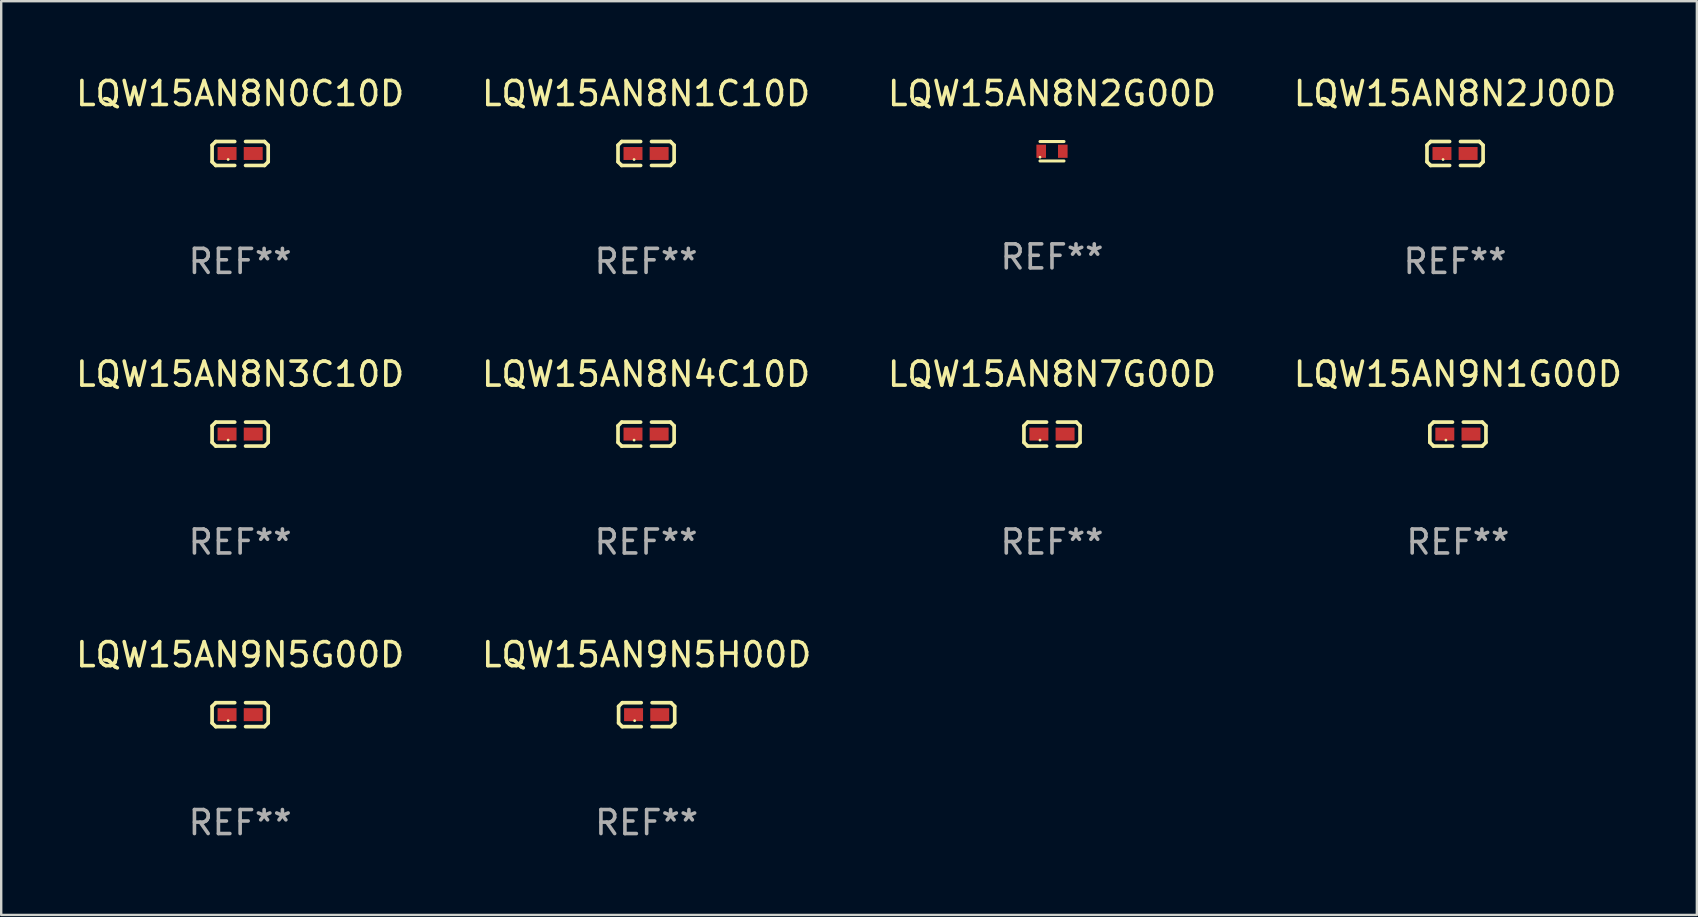
<source format=kicad_pcb>
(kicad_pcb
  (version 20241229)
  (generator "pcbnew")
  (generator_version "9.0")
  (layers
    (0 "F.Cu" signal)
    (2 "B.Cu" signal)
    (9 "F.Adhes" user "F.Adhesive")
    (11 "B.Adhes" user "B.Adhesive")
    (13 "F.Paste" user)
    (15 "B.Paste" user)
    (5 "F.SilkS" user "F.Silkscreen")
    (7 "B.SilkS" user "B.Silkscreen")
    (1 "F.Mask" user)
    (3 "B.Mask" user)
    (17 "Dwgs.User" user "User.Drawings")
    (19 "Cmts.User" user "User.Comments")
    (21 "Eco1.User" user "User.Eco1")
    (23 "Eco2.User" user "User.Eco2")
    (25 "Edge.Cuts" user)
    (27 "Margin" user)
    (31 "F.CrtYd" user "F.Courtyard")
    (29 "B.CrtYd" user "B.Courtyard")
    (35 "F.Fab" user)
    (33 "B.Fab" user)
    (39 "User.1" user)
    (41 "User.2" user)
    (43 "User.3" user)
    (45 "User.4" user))
  (footprint "LQW15AN9N1G00D"
    (layer "F.Cu")
    (at 57.708 15.041)
    (property "Reference" "LQW15AN9N1G00D" (at 0 -2.499 0) (layer "F.SilkS") (effects (font (size 1 1) (thickness 0.15))))
    (attr through_hole)
    (fp_line (start -1.169 -0.346) (end -1.016 -0.499) (stroke (width 0.152) (type solid)) (layer "F.SilkS"))
    (fp_line (start -1.169 0.346) (end -1.169 -0.346) (stroke (width 0.152) (type solid)) (layer "F.SilkS"))
    (fp_line (start -1.016 -0.499) (end -0.226 -0.499) (stroke (width 0.152) (type solid)) (layer "F.SilkS"))
    (fp_line (start -1.016 0.499) (end -1.169 0.346) (stroke (width 0.152) (type solid)) (layer "F.SilkS"))
    (fp_line (start -0.226 0.499) (end -1.016 0.499) (stroke (width 0.152) (type solid)) (layer "F.SilkS"))
    (fp_line (start 0.226 0.499) (end 1.016 0.499) (stroke (width 0.152) (type solid)) (layer "F.SilkS"))
    (fp_line (start 1.016 -0.499) (end 0.226 -0.499) (stroke (width 0.152) (type solid)) (layer "F.SilkS"))
    (fp_line (start 1.016 0.499) (end 1.169 0.346) (stroke (width 0.152) (type solid)) (layer "F.SilkS"))
    (fp_line (start 1.169 -0.346) (end 1.016 -0.499) (stroke (width 0.152) (type solid)) (layer "F.SilkS"))
    (fp_line (start 1.169 0.346) (end 1.169 -0.346) (stroke (width 0.152) (type solid)) (layer "F.SilkS"))
    (fp_circle (center -0.5 0.25) (end -0.47 0.25) (stroke (width 0.06) (type solid)) (fill no) (layer "F.SilkS"))
    (fp_text user "REF**" (at 0 4.499 0) (layer "F.Fab") (effects (font (size 1 1) (thickness 0.15))))
    (pad "1" smd rect (at -0.545 0) (size 0.79 0.54) (layers "F.Cu" "F.Mask" "F.Paste"))
    (pad "2" smd rect (at 0.545 0) (size 0.79 0.54) (layers "F.Cu" "F.Mask" "F.Paste")))
  (footprint "LQW15AN8N3C10D"
    (layer "F.Cu")
    (at 6.958 15.041)
    (property "Reference" "LQW15AN8N3C10D" (at 0 -2.499 0) (layer "F.SilkS") (effects (font (size 1 1) (thickness 0.15))))
    (attr through_hole)
    (fp_line (start -1.169 -0.346) (end -1.016 -0.499) (stroke (width 0.152) (type solid)) (layer "F.SilkS"))
    (fp_line (start -1.169 0.346) (end -1.169 -0.346) (stroke (width 0.152) (type solid)) (layer "F.SilkS"))
    (fp_line (start -1.016 -0.499) (end -0.226 -0.499) (stroke (width 0.152) (type solid)) (layer "F.SilkS"))
    (fp_line (start -1.016 0.499) (end -1.169 0.346) (stroke (width 0.152) (type solid)) (layer "F.SilkS"))
    (fp_line (start -0.226 0.499) (end -1.016 0.499) (stroke (width 0.152) (type solid)) (layer "F.SilkS"))
    (fp_line (start 0.226 0.499) (end 1.016 0.499) (stroke (width 0.152) (type solid)) (layer "F.SilkS"))
    (fp_line (start 1.016 -0.499) (end 0.226 -0.499) (stroke (width 0.152) (type solid)) (layer "F.SilkS"))
    (fp_line (start 1.016 0.499) (end 1.169 0.346) (stroke (width 0.152) (type solid)) (layer "F.SilkS"))
    (fp_line (start 1.169 -0.346) (end 1.016 -0.499) (stroke (width 0.152) (type solid)) (layer "F.SilkS"))
    (fp_line (start 1.169 0.346) (end 1.169 -0.346) (stroke (width 0.152) (type solid)) (layer "F.SilkS"))
    (fp_circle (center -0.5 0.25) (end -0.47 0.25) (stroke (width 0.06) (type solid)) (fill no) (layer "F.SilkS"))
    (fp_text user "REF**" (at 0 4.499 0) (layer "F.Fab") (effects (font (size 1 1) (thickness 0.15))))
    (pad "1" smd rect (at -0.545 0) (size 0.79 0.54) (layers "F.Cu" "F.Mask" "F.Paste"))
    (pad "2" smd rect (at 0.545 0) (size 0.79 0.54) (layers "F.Cu" "F.Mask" "F.Paste")))
  (footprint "LQW15AN8N4C10D"
    (layer "F.Cu")
    (at 23.875 15.041)
    (property "Reference" "LQW15AN8N4C10D" (at 0 -2.499 0) (layer "F.SilkS") (effects (font (size 1 1) (thickness 0.15))))
    (attr through_hole)
    (fp_line (start -1.169 -0.346) (end -1.016 -0.499) (stroke (width 0.152) (type solid)) (layer "F.SilkS"))
    (fp_line (start -1.169 0.346) (end -1.169 -0.346) (stroke (width 0.152) (type solid)) (layer "F.SilkS"))
    (fp_line (start -1.016 -0.499) (end -0.226 -0.499) (stroke (width 0.152) (type solid)) (layer "F.SilkS"))
    (fp_line (start -1.016 0.499) (end -1.169 0.346) (stroke (width 0.152) (type solid)) (layer "F.SilkS"))
    (fp_line (start -0.226 0.499) (end -1.016 0.499) (stroke (width 0.152) (type solid)) (layer "F.SilkS"))
    (fp_line (start 0.226 0.499) (end 1.016 0.499) (stroke (width 0.152) (type solid)) (layer "F.SilkS"))
    (fp_line (start 1.016 -0.499) (end 0.226 -0.499) (stroke (width 0.152) (type solid)) (layer "F.SilkS"))
    (fp_line (start 1.016 0.499) (end 1.169 0.346) (stroke (width 0.152) (type solid)) (layer "F.SilkS"))
    (fp_line (start 1.169 -0.346) (end 1.016 -0.499) (stroke (width 0.152) (type solid)) (layer "F.SilkS"))
    (fp_line (start 1.169 0.346) (end 1.169 -0.346) (stroke (width 0.152) (type solid)) (layer "F.SilkS"))
    (fp_circle (center -0.5 0.25) (end -0.47 0.25) (stroke (width 0.06) (type solid)) (fill no) (layer "F.SilkS"))
    (fp_text user "REF**" (at 0 4.499 0) (layer "F.Fab") (effects (font (size 1 1) (thickness 0.15))))
    (pad "1" smd rect (at -0.545 0) (size 0.79 0.54) (layers "F.Cu" "F.Mask" "F.Paste"))
    (pad "2" smd rect (at 0.545 0) (size 0.79 0.54) (layers "F.Cu" "F.Mask" "F.Paste")))
  (footprint "LQW15AN8N0C10D"
    (layer "F.Cu")
    (at 6.958 3.347)
    (property "Reference" "LQW15AN8N0C10D" (at 0 -2.499 0) (layer "F.SilkS") (effects (font (size 1 1) (thickness 0.15))))
    (attr through_hole)
    (fp_line (start -1.169 -0.346) (end -1.016 -0.499) (stroke (width 0.152) (type solid)) (layer "F.SilkS"))
    (fp_line (start -1.169 0.346) (end -1.169 -0.346) (stroke (width 0.152) (type solid)) (layer "F.SilkS"))
    (fp_line (start -1.016 -0.499) (end -0.226 -0.499) (stroke (width 0.152) (type solid)) (layer "F.SilkS"))
    (fp_line (start -1.016 0.499) (end -1.169 0.346) (stroke (width 0.152) (type solid)) (layer "F.SilkS"))
    (fp_line (start -0.226 0.499) (end -1.016 0.499) (stroke (width 0.152) (type solid)) (layer "F.SilkS"))
    (fp_line (start 0.226 0.499) (end 1.016 0.499) (stroke (width 0.152) (type solid)) (layer "F.SilkS"))
    (fp_line (start 1.016 -0.499) (end 0.226 -0.499) (stroke (width 0.152) (type solid)) (layer "F.SilkS"))
    (fp_line (start 1.016 0.499) (end 1.169 0.346) (stroke (width 0.152) (type solid)) (layer "F.SilkS"))
    (fp_line (start 1.169 -0.346) (end 1.016 -0.499) (stroke (width 0.152) (type solid)) (layer "F.SilkS"))
    (fp_line (start 1.169 0.346) (end 1.169 -0.346) (stroke (width 0.152) (type solid)) (layer "F.SilkS"))
    (fp_circle (center -0.5 0.25) (end -0.47 0.25) (stroke (width 0.06) (type solid)) (fill no) (layer "F.SilkS"))
    (fp_text user "REF**" (at 0 4.499 0) (layer "F.Fab") (effects (font (size 1 1) (thickness 0.15))))
    (pad "1" smd rect (at -0.545 0) (size 0.79 0.54) (layers "F.Cu" "F.Mask" "F.Paste"))
    (pad "2" smd rect (at 0.545 0) (size 0.79 0.54) (layers "F.Cu" "F.Mask" "F.Paste")))
  (footprint "LQW15AN8N2G00D"
    (layer "F.Cu")
    (at 40.792 3.253)
    (property "Reference" "LQW15AN8N2G00D" (at 0 -2.405 0) (layer "F.SilkS") (effects (font (size 1 1) (thickness 0.15))))
    (attr through_hole)
    (fp_line (start -0.5 -0.405) (end 0.5 -0.405) (stroke (width 0.127) (type solid)) (layer "F.SilkS"))
    (fp_line (start -0.5 0.405) (end 0.5 0.405) (stroke (width 0.127) (type solid)) (layer "F.SilkS"))
    (fp_circle (center -0.5 0.25) (end -0.47 0.25) (stroke (width 0.06) (type solid)) (fill no) (layer "F.SilkS"))
    (fp_text user "REF**" (at 0 4.405 0) (layer "F.Fab") (effects (font (size 1 1) (thickness 0.15))))
    (pad "1" smd rect (at -0.45 0 90) (size 0.55 0.4) (layers "F.Cu" "F.Mask" "F.Paste"))
    (pad "2" smd rect (at 0.45 0 90) (size 0.55 0.4) (layers "F.Cu" "F.Mask" "F.Paste")))
  (footprint "LQW15AN9N5H00D"
    (layer "F.Cu")
    (at 23.899 26.734)
    (property "Reference" "LQW15AN9N5H00D" (at 0 -2.499 0) (layer "F.SilkS") (effects (font (size 1 1) (thickness 0.15))))
    (attr through_hole)
    (fp_line (start -1.169 -0.346) (end -1.016 -0.499) (stroke (width 0.152) (type solid)) (layer "F.SilkS"))
    (fp_line (start -1.169 0.346) (end -1.169 -0.346) (stroke (width 0.152) (type solid)) (layer "F.SilkS"))
    (fp_line (start -1.016 -0.499) (end -0.226 -0.499) (stroke (width 0.152) (type solid)) (layer "F.SilkS"))
    (fp_line (start -1.016 0.499) (end -1.169 0.346) (stroke (width 0.152) (type solid)) (layer "F.SilkS"))
    (fp_line (start -0.226 0.499) (end -1.016 0.499) (stroke (width 0.152) (type solid)) (layer "F.SilkS"))
    (fp_line (start 0.226 0.499) (end 1.016 0.499) (stroke (width 0.152) (type solid)) (layer "F.SilkS"))
    (fp_line (start 1.016 -0.499) (end 0.226 -0.499) (stroke (width 0.152) (type solid)) (layer "F.SilkS"))
    (fp_line (start 1.016 0.499) (end 1.169 0.346) (stroke (width 0.152) (type solid)) (layer "F.SilkS"))
    (fp_line (start 1.169 -0.346) (end 1.016 -0.499) (stroke (width 0.152) (type solid)) (layer "F.SilkS"))
    (fp_line (start 1.169 0.346) (end 1.169 -0.346) (stroke (width 0.152) (type solid)) (layer "F.SilkS"))
    (fp_circle (center -0.5 0.25) (end -0.47 0.25) (stroke (width 0.06) (type solid)) (fill no) (layer "F.SilkS"))
    (fp_text user "REF**" (at 0 4.499 0) (layer "F.Fab") (effects (font (size 1 1) (thickness 0.15))))
    (pad "1" smd rect (at -0.545 0) (size 0.79 0.54) (layers "F.Cu" "F.Mask" "F.Paste"))
    (pad "2" smd rect (at 0.545 0) (size 0.79 0.54) (layers "F.Cu" "F.Mask" "F.Paste")))
  (footprint "LQW15AN8N2J00D"
    (layer "F.Cu")
    (at 57.589 3.347)
    (property "Reference" "LQW15AN8N2J00D" (at 0 -2.499 0) (layer "F.SilkS") (effects (font (size 1 1) (thickness 0.15))))
    (attr through_hole)
    (fp_line (start -1.169 -0.346) (end -1.016 -0.499) (stroke (width 0.152) (type solid)) (layer "F.SilkS"))
    (fp_line (start -1.169 0.346) (end -1.169 -0.346) (stroke (width 0.152) (type solid)) (layer "F.SilkS"))
    (fp_line (start -1.016 -0.499) (end -0.226 -0.499) (stroke (width 0.152) (type solid)) (layer "F.SilkS"))
    (fp_line (start -1.016 0.499) (end -1.169 0.346) (stroke (width 0.152) (type solid)) (layer "F.SilkS"))
    (fp_line (start -0.226 0.499) (end -1.016 0.499) (stroke (width 0.152) (type solid)) (layer "F.SilkS"))
    (fp_line (start 0.226 0.499) (end 1.016 0.499) (stroke (width 0.152) (type solid)) (layer "F.SilkS"))
    (fp_line (start 1.016 -0.499) (end 0.226 -0.499) (stroke (width 0.152) (type solid)) (layer "F.SilkS"))
    (fp_line (start 1.016 0.499) (end 1.169 0.346) (stroke (width 0.152) (type solid)) (layer "F.SilkS"))
    (fp_line (start 1.169 -0.346) (end 1.016 -0.499) (stroke (width 0.152) (type solid)) (layer "F.SilkS"))
    (fp_line (start 1.169 0.346) (end 1.169 -0.346) (stroke (width 0.152) (type solid)) (layer "F.SilkS"))
    (fp_circle (center -0.5 0.25) (end -0.47 0.25) (stroke (width 0.06) (type solid)) (fill no) (layer "F.SilkS"))
    (fp_text user "REF**" (at 0 4.499 0) (layer "F.Fab") (effects (font (size 1 1) (thickness 0.15))))
    (pad "1" smd rect (at -0.545 0) (size 0.79 0.54) (layers "F.Cu" "F.Mask" "F.Paste"))
    (pad "2" smd rect (at 0.545 0) (size 0.79 0.54) (layers "F.Cu" "F.Mask" "F.Paste")))
  (footprint "LQW15AN8N1C10D"
    (layer "F.Cu")
    (at 23.875 3.347)
    (property "Reference" "LQW15AN8N1C10D" (at 0 -2.499 0) (layer "F.SilkS") (effects (font (size 1 1) (thickness 0.15))))
    (attr through_hole)
    (fp_line (start -1.169 -0.346) (end -1.016 -0.499) (stroke (width 0.152) (type solid)) (layer "F.SilkS"))
    (fp_line (start -1.169 0.346) (end -1.169 -0.346) (stroke (width 0.152) (type solid)) (layer "F.SilkS"))
    (fp_line (start -1.016 -0.499) (end -0.226 -0.499) (stroke (width 0.152) (type solid)) (layer "F.SilkS"))
    (fp_line (start -1.016 0.499) (end -1.169 0.346) (stroke (width 0.152) (type solid)) (layer "F.SilkS"))
    (fp_line (start -0.226 0.499) (end -1.016 0.499) (stroke (width 0.152) (type solid)) (layer "F.SilkS"))
    (fp_line (start 0.226 0.499) (end 1.016 0.499) (stroke (width 0.152) (type solid)) (layer "F.SilkS"))
    (fp_line (start 1.016 -0.499) (end 0.226 -0.499) (stroke (width 0.152) (type solid)) (layer "F.SilkS"))
    (fp_line (start 1.016 0.499) (end 1.169 0.346) (stroke (width 0.152) (type solid)) (layer "F.SilkS"))
    (fp_line (start 1.169 -0.346) (end 1.016 -0.499) (stroke (width 0.152) (type solid)) (layer "F.SilkS"))
    (fp_line (start 1.169 0.346) (end 1.169 -0.346) (stroke (width 0.152) (type solid)) (layer "F.SilkS"))
    (fp_circle (center -0.5 0.25) (end -0.47 0.25) (stroke (width 0.06) (type solid)) (fill no) (layer "F.SilkS"))
    (fp_text user "REF**" (at 0 4.499 0) (layer "F.Fab") (effects (font (size 1 1) (thickness 0.15))))
    (pad "1" smd rect (at -0.545 0) (size 0.79 0.54) (layers "F.Cu" "F.Mask" "F.Paste"))
    (pad "2" smd rect (at 0.545 0) (size 0.79 0.54) (layers "F.Cu" "F.Mask" "F.Paste")))
  (footprint "LQW15AN8N7G00D"
    (layer "F.Cu")
    (at 40.792 15.041)
    (property "Reference" "LQW15AN8N7G00D" (at 0 -2.499 0) (layer "F.SilkS") (effects (font (size 1 1) (thickness 0.15))))
    (attr through_hole)
    (fp_line (start -1.169 -0.346) (end -1.016 -0.499) (stroke (width 0.152) (type solid)) (layer "F.SilkS"))
    (fp_line (start -1.169 0.346) (end -1.169 -0.346) (stroke (width 0.152) (type solid)) (layer "F.SilkS"))
    (fp_line (start -1.016 -0.499) (end -0.226 -0.499) (stroke (width 0.152) (type solid)) (layer "F.SilkS"))
    (fp_line (start -1.016 0.499) (end -1.169 0.346) (stroke (width 0.152) (type solid)) (layer "F.SilkS"))
    (fp_line (start -0.226 0.499) (end -1.016 0.499) (stroke (width 0.152) (type solid)) (layer "F.SilkS"))
    (fp_line (start 0.226 0.499) (end 1.016 0.499) (stroke (width 0.152) (type solid)) (layer "F.SilkS"))
    (fp_line (start 1.016 -0.499) (end 0.226 -0.499) (stroke (width 0.152) (type solid)) (layer "F.SilkS"))
    (fp_line (start 1.016 0.499) (end 1.169 0.346) (stroke (width 0.152) (type solid)) (layer "F.SilkS"))
    (fp_line (start 1.169 -0.346) (end 1.016 -0.499) (stroke (width 0.152) (type solid)) (layer "F.SilkS"))
    (fp_line (start 1.169 0.346) (end 1.169 -0.346) (stroke (width 0.152) (type solid)) (layer "F.SilkS"))
    (fp_circle (center -0.5 0.25) (end -0.47 0.25) (stroke (width 0.06) (type solid)) (fill no) (layer "F.SilkS"))
    (fp_text user "REF**" (at 0 4.499 0) (layer "F.Fab") (effects (font (size 1 1) (thickness 0.15))))
    (pad "1" smd rect (at -0.545 0) (size 0.79 0.54) (layers "F.Cu" "F.Mask" "F.Paste"))
    (pad "2" smd rect (at 0.545 0) (size 0.79 0.54) (layers "F.Cu" "F.Mask" "F.Paste")))
  (footprint "LQW15AN9N5G00D"
    (layer "F.Cu")
    (at 6.958 26.734)
    (property "Reference" "LQW15AN9N5G00D" (at 0 -2.499 0) (layer "F.SilkS") (effects (font (size 1 1) (thickness 0.15))))
    (attr through_hole)
    (fp_line (start -1.169 -0.346) (end -1.016 -0.499) (stroke (width 0.152) (type solid)) (layer "F.SilkS"))
    (fp_line (start -1.169 0.346) (end -1.169 -0.346) (stroke (width 0.152) (type solid)) (layer "F.SilkS"))
    (fp_line (start -1.016 -0.499) (end -0.226 -0.499) (stroke (width 0.152) (type solid)) (layer "F.SilkS"))
    (fp_line (start -1.016 0.499) (end -1.169 0.346) (stroke (width 0.152) (type solid)) (layer "F.SilkS"))
    (fp_line (start -0.226 0.499) (end -1.016 0.499) (stroke (width 0.152) (type solid)) (layer "F.SilkS"))
    (fp_line (start 0.226 0.499) (end 1.016 0.499) (stroke (width 0.152) (type solid)) (layer "F.SilkS"))
    (fp_line (start 1.016 -0.499) (end 0.226 -0.499) (stroke (width 0.152) (type solid)) (layer "F.SilkS"))
    (fp_line (start 1.016 0.499) (end 1.169 0.346) (stroke (width 0.152) (type solid)) (layer "F.SilkS"))
    (fp_line (start 1.169 -0.346) (end 1.016 -0.499) (stroke (width 0.152) (type solid)) (layer "F.SilkS"))
    (fp_line (start 1.169 0.346) (end 1.169 -0.346) (stroke (width 0.152) (type solid)) (layer "F.SilkS"))
    (fp_circle (center -0.5 0.25) (end -0.47 0.25) (stroke (width 0.06) (type solid)) (fill no) (layer "F.SilkS"))
    (fp_text user "REF**" (at 0 4.499 0) (layer "F.Fab") (effects (font (size 1 1) (thickness 0.15))))
    (pad "1" smd rect (at -0.545 0) (size 0.79 0.54) (layers "F.Cu" "F.Mask" "F.Paste"))
    (pad "2" smd rect (at 0.545 0) (size 0.79 0.54) (layers "F.Cu" "F.Mask" "F.Paste")))
  (gr_rect
    (start -3 -3)
    (end 67.667 35.081)
    (stroke (width 0.1) (type default))
    (fill no)
    (layer "Edge.Cuts")))
</source>
